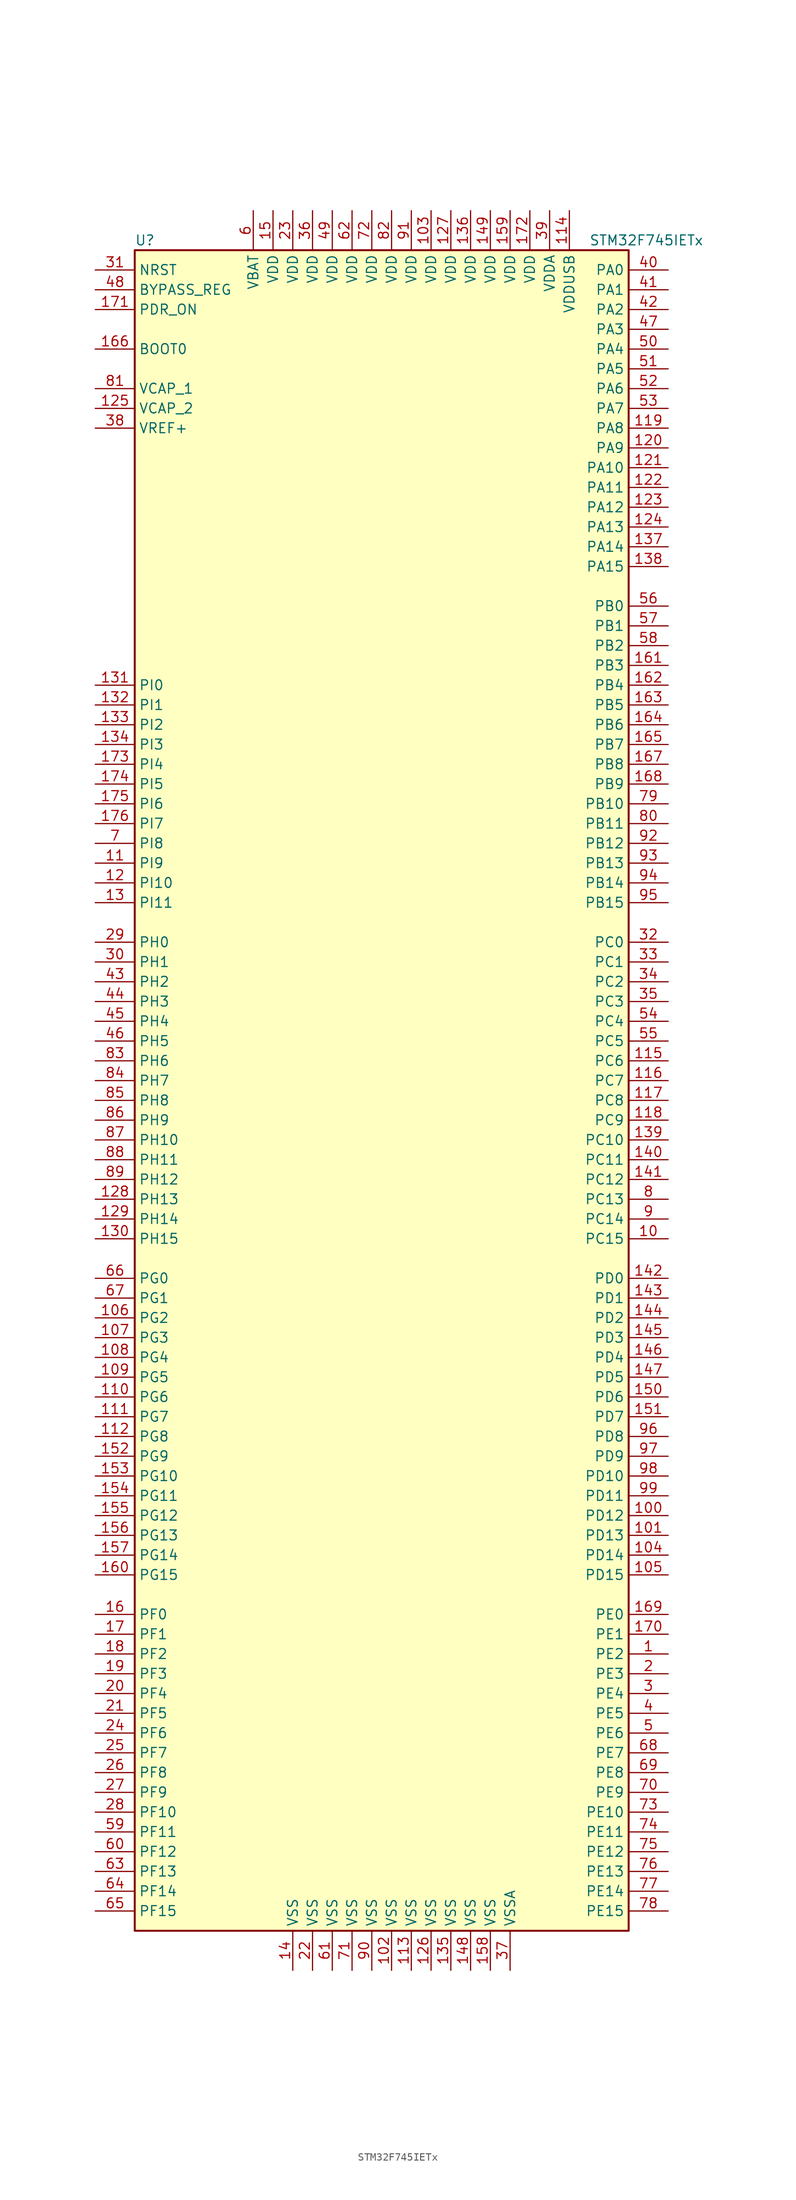
<source format=kicad_sym>
(kicad_symbol_lib
  (version 20211014)
  (generator kicad_symbol_editor)
  (symbol "STM32F745IETx"
    (property "Reference" "U"
      (at -33.02 107.95 0)
      (effects (font (size 1.27 1.27)) (justify left)))
    (property "Value" "STM32F745IETx"
      (at 25.4 107.95 0)
      (effects (font (size 1.27 1.27)) (justify left)))
    (symbol "STM32F745IETx_0_1"
      (rectangle (start -33.02 -109.22) (end 30.48 106.68) (stroke (width 0.254) (type default) (color 0 0 0 0)) (fill (type background))))
    (symbol "STM32F745IETx_1_1"
      (pin bidirectional line (at 35.56 -73.66 180) (length 5.08) (name "PE2" (effects (font (size 1.27 1.27)))) (number "1" (effects (font (size 1.27 1.27)))))
      (pin bidirectional line (at 35.56 -20.32 180) (length 5.08) (name "PC15" (effects (font (size 1.27 1.27)))) (number "10" (effects (font (size 1.27 1.27)))))
      (pin bidirectional line (at 35.56 -55.88 180) (length 5.08) (name "PD12" (effects (font (size 1.27 1.27)))) (number "100" (effects (font (size 1.27 1.27)))))
      (pin bidirectional line (at 35.56 -58.42 180) (length 5.08) (name "PD13" (effects (font (size 1.27 1.27)))) (number "101" (effects (font (size 1.27 1.27)))))
      (pin power_in line (at 0 -114.3 90) (length 5.08) (name "VSS" (effects (font (size 1.27 1.27)))) (number "102" (effects (font (size 1.27 1.27)))))
      (pin power_in line (at 5.08 111.76 270) (length 5.08) (name "VDD" (effects (font (size 1.27 1.27)))) (number "103" (effects (font (size 1.27 1.27)))))
      (pin bidirectional line (at 35.56 -60.96 180) (length 5.08) (name "PD14" (effects (font (size 1.27 1.27)))) (number "104" (effects (font (size 1.27 1.27)))))
      (pin bidirectional line (at 35.56 -63.5 180) (length 5.08) (name "PD15" (effects (font (size 1.27 1.27)))) (number "105" (effects (font (size 1.27 1.27)))))
      (pin bidirectional line (at -38.1 -30.48 0) (length 5.08) (name "PG2" (effects (font (size 1.27 1.27)))) (number "106" (effects (font (size 1.27 1.27)))))
      (pin bidirectional line (at -38.1 -33.02 0) (length 5.08) (name "PG3" (effects (font (size 1.27 1.27)))) (number "107" (effects (font (size 1.27 1.27)))))
      (pin bidirectional line (at -38.1 -35.56 0) (length 5.08) (name "PG4" (effects (font (size 1.27 1.27)))) (number "108" (effects (font (size 1.27 1.27)))))
      (pin bidirectional line (at -38.1 -38.1 0) (length 5.08) (name "PG5" (effects (font (size 1.27 1.27)))) (number "109" (effects (font (size 1.27 1.27)))))
      (pin bidirectional line (at -38.1 27.94 0) (length 5.08) (name "PI9" (effects (font (size 1.27 1.27)))) (number "11" (effects (font (size 1.27 1.27)))))
      (pin bidirectional line (at -38.1 -40.64 0) (length 5.08) (name "PG6" (effects (font (size 1.27 1.27)))) (number "110" (effects (font (size 1.27 1.27)))))
      (pin bidirectional line (at -38.1 -43.18 0) (length 5.08) (name "PG7" (effects (font (size 1.27 1.27)))) (number "111" (effects (font (size 1.27 1.27)))))
      (pin bidirectional line (at -38.1 -45.72 0) (length 5.08) (name "PG8" (effects (font (size 1.27 1.27)))) (number "112" (effects (font (size 1.27 1.27)))))
      (pin power_in line (at 2.54 -114.3 90) (length 5.08) (name "VSS" (effects (font (size 1.27 1.27)))) (number "113" (effects (font (size 1.27 1.27)))))
      (pin power_in line (at 22.86 111.76 270) (length 5.08) (name "VDDUSB" (effects (font (size 1.27 1.27)))) (number "114" (effects (font (size 1.27 1.27)))))
      (pin bidirectional line (at 35.56 2.54 180) (length 5.08) (name "PC6" (effects (font (size 1.27 1.27)))) (number "115" (effects (font (size 1.27 1.27)))))
      (pin bidirectional line (at 35.56 0 180) (length 5.08) (name "PC7" (effects (font (size 1.27 1.27)))) (number "116" (effects (font (size 1.27 1.27)))))
      (pin bidirectional line (at 35.56 -2.54 180) (length 5.08) (name "PC8" (effects (font (size 1.27 1.27)))) (number "117" (effects (font (size 1.27 1.27)))))
      (pin bidirectional line (at 35.56 -5.08 180) (length 5.08) (name "PC9" (effects (font (size 1.27 1.27)))) (number "118" (effects (font (size 1.27 1.27)))))
      (pin bidirectional line (at 35.56 83.82 180) (length 5.08) (name "PA8" (effects (font (size 1.27 1.27)))) (number "119" (effects (font (size 1.27 1.27)))))
      (pin bidirectional line (at -38.1 25.4 0) (length 5.08) (name "PI10" (effects (font (size 1.27 1.27)))) (number "12" (effects (font (size 1.27 1.27)))))
      (pin bidirectional line (at 35.56 81.28 180) (length 5.08) (name "PA9" (effects (font (size 1.27 1.27)))) (number "120" (effects (font (size 1.27 1.27)))))
      (pin bidirectional line (at 35.56 78.74 180) (length 5.08) (name "PA10" (effects (font (size 1.27 1.27)))) (number "121" (effects (font (size 1.27 1.27)))))
      (pin bidirectional line (at 35.56 76.2 180) (length 5.08) (name "PA11" (effects (font (size 1.27 1.27)))) (number "122" (effects (font (size 1.27 1.27)))))
      (pin bidirectional line (at 35.56 73.66 180) (length 5.08) (name "PA12" (effects (font (size 1.27 1.27)))) (number "123" (effects (font (size 1.27 1.27)))))
      (pin bidirectional line (at 35.56 71.12 180) (length 5.08) (name "PA13" (effects (font (size 1.27 1.27)))) (number "124" (effects (font (size 1.27 1.27)))))
      (pin power_in line (at -38.1 86.36 0) (length 5.08) (name "VCAP_2" (effects (font (size 1.27 1.27)))) (number "125" (effects (font (size 1.27 1.27)))))
      (pin power_in line (at 5.08 -114.3 90) (length 5.08) (name "VSS" (effects (font (size 1.27 1.27)))) (number "126" (effects (font (size 1.27 1.27)))))
      (pin power_in line (at 7.62 111.76 270) (length 5.08) (name "VDD" (effects (font (size 1.27 1.27)))) (number "127" (effects (font (size 1.27 1.27)))))
      (pin bidirectional line (at -38.1 -15.24 0) (length 5.08) (name "PH13" (effects (font (size 1.27 1.27)))) (number "128" (effects (font (size 1.27 1.27)))))
      (pin bidirectional line (at -38.1 -17.78 0) (length 5.08) (name "PH14" (effects (font (size 1.27 1.27)))) (number "129" (effects (font (size 1.27 1.27)))))
      (pin bidirectional line (at -38.1 22.86 0) (length 5.08) (name "PI11" (effects (font (size 1.27 1.27)))) (number "13" (effects (font (size 1.27 1.27)))))
      (pin bidirectional line (at -38.1 -20.32 0) (length 5.08) (name "PH15" (effects (font (size 1.27 1.27)))) (number "130" (effects (font (size 1.27 1.27)))))
      (pin bidirectional line (at -38.1 50.8 0) (length 5.08) (name "PI0" (effects (font (size 1.27 1.27)))) (number "131" (effects (font (size 1.27 1.27)))))
      (pin bidirectional line (at -38.1 48.26 0) (length 5.08) (name "PI1" (effects (font (size 1.27 1.27)))) (number "132" (effects (font (size 1.27 1.27)))))
      (pin bidirectional line (at -38.1 45.72 0) (length 5.08) (name "PI2" (effects (font (size 1.27 1.27)))) (number "133" (effects (font (size 1.27 1.27)))))
      (pin bidirectional line (at -38.1 43.18 0) (length 5.08) (name "PI3" (effects (font (size 1.27 1.27)))) (number "134" (effects (font (size 1.27 1.27)))))
      (pin power_in line (at 7.62 -114.3 90) (length 5.08) (name "VSS" (effects (font (size 1.27 1.27)))) (number "135" (effects (font (size 1.27 1.27)))))
      (pin power_in line (at 10.16 111.76 270) (length 5.08) (name "VDD" (effects (font (size 1.27 1.27)))) (number "136" (effects (font (size 1.27 1.27)))))
      (pin bidirectional line (at 35.56 68.58 180) (length 5.08) (name "PA14" (effects (font (size 1.27 1.27)))) (number "137" (effects (font (size 1.27 1.27)))))
      (pin bidirectional line (at 35.56 66.04 180) (length 5.08) (name "PA15" (effects (font (size 1.27 1.27)))) (number "138" (effects (font (size 1.27 1.27)))))
      (pin bidirectional line (at 35.56 -7.62 180) (length 5.08) (name "PC10" (effects (font (size 1.27 1.27)))) (number "139" (effects (font (size 1.27 1.27)))))
      (pin power_in line (at -12.7 -114.3 90) (length 5.08) (name "VSS" (effects (font (size 1.27 1.27)))) (number "14" (effects (font (size 1.27 1.27)))))
      (pin bidirectional line (at 35.56 -10.16 180) (length 5.08) (name "PC11" (effects (font (size 1.27 1.27)))) (number "140" (effects (font (size 1.27 1.27)))))
      (pin bidirectional line (at 35.56 -12.7 180) (length 5.08) (name "PC12" (effects (font (size 1.27 1.27)))) (number "141" (effects (font (size 1.27 1.27)))))
      (pin bidirectional line (at 35.56 -25.4 180) (length 5.08) (name "PD0" (effects (font (size 1.27 1.27)))) (number "142" (effects (font (size 1.27 1.27)))))
      (pin bidirectional line (at 35.56 -27.94 180) (length 5.08) (name "PD1" (effects (font (size 1.27 1.27)))) (number "143" (effects (font (size 1.27 1.27)))))
      (pin bidirectional line (at 35.56 -30.48 180) (length 5.08) (name "PD2" (effects (font (size 1.27 1.27)))) (number "144" (effects (font (size 1.27 1.27)))))
      (pin bidirectional line (at 35.56 -33.02 180) (length 5.08) (name "PD3" (effects (font (size 1.27 1.27)))) (number "145" (effects (font (size 1.27 1.27)))))
      (pin bidirectional line (at 35.56 -35.56 180) (length 5.08) (name "PD4" (effects (font (size 1.27 1.27)))) (number "146" (effects (font (size 1.27 1.27)))))
      (pin bidirectional line (at 35.56 -38.1 180) (length 5.08) (name "PD5" (effects (font (size 1.27 1.27)))) (number "147" (effects (font (size 1.27 1.27)))))
      (pin power_in line (at 10.16 -114.3 90) (length 5.08) (name "VSS" (effects (font (size 1.27 1.27)))) (number "148" (effects (font (size 1.27 1.27)))))
      (pin power_in line (at 12.7 111.76 270) (length 5.08) (name "VDD" (effects (font (size 1.27 1.27)))) (number "149" (effects (font (size 1.27 1.27)))))
      (pin power_in line (at -15.24 111.76 270) (length 5.08) (name "VDD" (effects (font (size 1.27 1.27)))) (number "15" (effects (font (size 1.27 1.27)))))
      (pin bidirectional line (at 35.56 -40.64 180) (length 5.08) (name "PD6" (effects (font (size 1.27 1.27)))) (number "150" (effects (font (size 1.27 1.27)))))
      (pin bidirectional line (at 35.56 -43.18 180) (length 5.08) (name "PD7" (effects (font (size 1.27 1.27)))) (number "151" (effects (font (size 1.27 1.27)))))
      (pin bidirectional line (at -38.1 -48.26 0) (length 5.08) (name "PG9" (effects (font (size 1.27 1.27)))) (number "152" (effects (font (size 1.27 1.27)))))
      (pin bidirectional line (at -38.1 -50.8 0) (length 5.08) (name "PG10" (effects (font (size 1.27 1.27)))) (number "153" (effects (font (size 1.27 1.27)))))
      (pin bidirectional line (at -38.1 -53.34 0) (length 5.08) (name "PG11" (effects (font (size 1.27 1.27)))) (number "154" (effects (font (size 1.27 1.27)))))
      (pin bidirectional line (at -38.1 -55.88 0) (length 5.08) (name "PG12" (effects (font (size 1.27 1.27)))) (number "155" (effects (font (size 1.27 1.27)))))
      (pin bidirectional line (at -38.1 -58.42 0) (length 5.08) (name "PG13" (effects (font (size 1.27 1.27)))) (number "156" (effects (font (size 1.27 1.27)))))
      (pin bidirectional line (at -38.1 -60.96 0) (length 5.08) (name "PG14" (effects (font (size 1.27 1.27)))) (number "157" (effects (font (size 1.27 1.27)))))
      (pin power_in line (at 12.7 -114.3 90) (length 5.08) (name "VSS" (effects (font (size 1.27 1.27)))) (number "158" (effects (font (size 1.27 1.27)))))
      (pin power_in line (at 15.24 111.76 270) (length 5.08) (name "VDD" (effects (font (size 1.27 1.27)))) (number "159" (effects (font (size 1.27 1.27)))))
      (pin bidirectional line (at -38.1 -68.58 0) (length 5.08) (name "PF0" (effects (font (size 1.27 1.27)))) (number "16" (effects (font (size 1.27 1.27)))))
      (pin bidirectional line (at -38.1 -63.5 0) (length 5.08) (name "PG15" (effects (font (size 1.27 1.27)))) (number "160" (effects (font (size 1.27 1.27)))))
      (pin bidirectional line (at 35.56 53.34 180) (length 5.08) (name "PB3" (effects (font (size 1.27 1.27)))) (number "161" (effects (font (size 1.27 1.27)))))
      (pin bidirectional line (at 35.56 50.8 180) (length 5.08) (name "PB4" (effects (font (size 1.27 1.27)))) (number "162" (effects (font (size 1.27 1.27)))))
      (pin bidirectional line (at 35.56 48.26 180) (length 5.08) (name "PB5" (effects (font (size 1.27 1.27)))) (number "163" (effects (font (size 1.27 1.27)))))
      (pin bidirectional line (at 35.56 45.72 180) (length 5.08) (name "PB6" (effects (font (size 1.27 1.27)))) (number "164" (effects (font (size 1.27 1.27)))))
      (pin bidirectional line (at 35.56 43.18 180) (length 5.08) (name "PB7" (effects (font (size 1.27 1.27)))) (number "165" (effects (font (size 1.27 1.27)))))
      (pin input line (at -38.1 93.98 0) (length 5.08) (name "BOOT0" (effects (font (size 1.27 1.27)))) (number "166" (effects (font (size 1.27 1.27)))))
      (pin bidirectional line (at 35.56 40.64 180) (length 5.08) (name "PB8" (effects (font (size 1.27 1.27)))) (number "167" (effects (font (size 1.27 1.27)))))
      (pin bidirectional line (at 35.56 38.1 180) (length 5.08) (name "PB9" (effects (font (size 1.27 1.27)))) (number "168" (effects (font (size 1.27 1.27)))))
      (pin bidirectional line (at 35.56 -68.58 180) (length 5.08) (name "PE0" (effects (font (size 1.27 1.27)))) (number "169" (effects (font (size 1.27 1.27)))))
      (pin bidirectional line (at -38.1 -71.12 0) (length 5.08) (name "PF1" (effects (font (size 1.27 1.27)))) (number "17" (effects (font (size 1.27 1.27)))))
      (pin bidirectional line (at 35.56 -71.12 180) (length 5.08) (name "PE1" (effects (font (size 1.27 1.27)))) (number "170" (effects (font (size 1.27 1.27)))))
      (pin input line (at -38.1 99.06 0) (length 5.08) (name "PDR_ON" (effects (font (size 1.27 1.27)))) (number "171" (effects (font (size 1.27 1.27)))))
      (pin power_in line (at 17.78 111.76 270) (length 5.08) (name "VDD" (effects (font (size 1.27 1.27)))) (number "172" (effects (font (size 1.27 1.27)))))
      (pin bidirectional line (at -38.1 40.64 0) (length 5.08) (name "PI4" (effects (font (size 1.27 1.27)))) (number "173" (effects (font (size 1.27 1.27)))))
      (pin bidirectional line (at -38.1 38.1 0) (length 5.08) (name "PI5" (effects (font (size 1.27 1.27)))) (number "174" (effects (font (size 1.27 1.27)))))
      (pin bidirectional line (at -38.1 35.56 0) (length 5.08) (name "PI6" (effects (font (size 1.27 1.27)))) (number "175" (effects (font (size 1.27 1.27)))))
      (pin bidirectional line (at -38.1 33.02 0) (length 5.08) (name "PI7" (effects (font (size 1.27 1.27)))) (number "176" (effects (font (size 1.27 1.27)))))
      (pin bidirectional line (at -38.1 -73.66 0) (length 5.08) (name "PF2" (effects (font (size 1.27 1.27)))) (number "18" (effects (font (size 1.27 1.27)))))
      (pin bidirectional line (at -38.1 -76.2 0) (length 5.08) (name "PF3" (effects (font (size 1.27 1.27)))) (number "19" (effects (font (size 1.27 1.27)))))
      (pin bidirectional line (at 35.56 -76.2 180) (length 5.08) (name "PE3" (effects (font (size 1.27 1.27)))) (number "2" (effects (font (size 1.27 1.27)))))
      (pin bidirectional line (at -38.1 -78.74 0) (length 5.08) (name "PF4" (effects (font (size 1.27 1.27)))) (number "20" (effects (font (size 1.27 1.27)))))
      (pin bidirectional line (at -38.1 -81.28 0) (length 5.08) (name "PF5" (effects (font (size 1.27 1.27)))) (number "21" (effects (font (size 1.27 1.27)))))
      (pin power_in line (at -10.16 -114.3 90) (length 5.08) (name "VSS" (effects (font (size 1.27 1.27)))) (number "22" (effects (font (size 1.27 1.27)))))
      (pin power_in line (at -12.7 111.76 270) (length 5.08) (name "VDD" (effects (font (size 1.27 1.27)))) (number "23" (effects (font (size 1.27 1.27)))))
      (pin bidirectional line (at -38.1 -83.82 0) (length 5.08) (name "PF6" (effects (font (size 1.27 1.27)))) (number "24" (effects (font (size 1.27 1.27)))))
      (pin bidirectional line (at -38.1 -86.36 0) (length 5.08) (name "PF7" (effects (font (size 1.27 1.27)))) (number "25" (effects (font (size 1.27 1.27)))))
      (pin bidirectional line (at -38.1 -88.9 0) (length 5.08) (name "PF8" (effects (font (size 1.27 1.27)))) (number "26" (effects (font (size 1.27 1.27)))))
      (pin bidirectional line (at -38.1 -91.44 0) (length 5.08) (name "PF9" (effects (font (size 1.27 1.27)))) (number "27" (effects (font (size 1.27 1.27)))))
      (pin bidirectional line (at -38.1 -93.98 0) (length 5.08) (name "PF10" (effects (font (size 1.27 1.27)))) (number "28" (effects (font (size 1.27 1.27)))))
      (pin input line (at -38.1 17.78 0) (length 5.08) (name "PH0" (effects (font (size 1.27 1.27)))) (number "29" (effects (font (size 1.27 1.27)))))
      (pin bidirectional line (at 35.56 -78.74 180) (length 5.08) (name "PE4" (effects (font (size 1.27 1.27)))) (number "3" (effects (font (size 1.27 1.27)))))
      (pin input line (at -38.1 15.24 0) (length 5.08) (name "PH1" (effects (font (size 1.27 1.27)))) (number "30" (effects (font (size 1.27 1.27)))))
      (pin input line (at -38.1 104.14 0) (length 5.08) (name "NRST" (effects (font (size 1.27 1.27)))) (number "31" (effects (font (size 1.27 1.27)))))
      (pin bidirectional line (at 35.56 17.78 180) (length 5.08) (name "PC0" (effects (font (size 1.27 1.27)))) (number "32" (effects (font (size 1.27 1.27)))))
      (pin bidirectional line (at 35.56 15.24 180) (length 5.08) (name "PC1" (effects (font (size 1.27 1.27)))) (number "33" (effects (font (size 1.27 1.27)))))
      (pin bidirectional line (at 35.56 12.7 180) (length 5.08) (name "PC2" (effects (font (size 1.27 1.27)))) (number "34" (effects (font (size 1.27 1.27)))))
      (pin bidirectional line (at 35.56 10.16 180) (length 5.08) (name "PC3" (effects (font (size 1.27 1.27)))) (number "35" (effects (font (size 1.27 1.27)))))
      (pin power_in line (at -10.16 111.76 270) (length 5.08) (name "VDD" (effects (font (size 1.27 1.27)))) (number "36" (effects (font (size 1.27 1.27)))))
      (pin power_in line (at 15.24 -114.3 90) (length 5.08) (name "VSSA" (effects (font (size 1.27 1.27)))) (number "37" (effects (font (size 1.27 1.27)))))
      (pin power_in line (at -38.1 83.82 0) (length 5.08) (name "VREF+" (effects (font (size 1.27 1.27)))) (number "38" (effects (font (size 1.27 1.27)))))
      (pin power_in line (at 20.32 111.76 270) (length 5.08) (name "VDDA" (effects (font (size 1.27 1.27)))) (number "39" (effects (font (size 1.27 1.27)))))
      (pin bidirectional line (at 35.56 -81.28 180) (length 5.08) (name "PE5" (effects (font (size 1.27 1.27)))) (number "4" (effects (font (size 1.27 1.27)))))
      (pin bidirectional line (at 35.56 104.14 180) (length 5.08) (name "PA0" (effects (font (size 1.27 1.27)))) (number "40" (effects (font (size 1.27 1.27)))))
      (pin bidirectional line (at 35.56 101.6 180) (length 5.08) (name "PA1" (effects (font (size 1.27 1.27)))) (number "41" (effects (font (size 1.27 1.27)))))
      (pin bidirectional line (at 35.56 99.06 180) (length 5.08) (name "PA2" (effects (font (size 1.27 1.27)))) (number "42" (effects (font (size 1.27 1.27)))))
      (pin bidirectional line (at -38.1 12.7 0) (length 5.08) (name "PH2" (effects (font (size 1.27 1.27)))) (number "43" (effects (font (size 1.27 1.27)))))
      (pin bidirectional line (at -38.1 10.16 0) (length 5.08) (name "PH3" (effects (font (size 1.27 1.27)))) (number "44" (effects (font (size 1.27 1.27)))))
      (pin bidirectional line (at -38.1 7.62 0) (length 5.08) (name "PH4" (effects (font (size 1.27 1.27)))) (number "45" (effects (font (size 1.27 1.27)))))
      (pin bidirectional line (at -38.1 5.08 0) (length 5.08) (name "PH5" (effects (font (size 1.27 1.27)))) (number "46" (effects (font (size 1.27 1.27)))))
      (pin bidirectional line (at 35.56 96.52 180) (length 5.08) (name "PA3" (effects (font (size 1.27 1.27)))) (number "47" (effects (font (size 1.27 1.27)))))
      (pin input line (at -38.1 101.6 0) (length 5.08) (name "BYPASS_REG" (effects (font (size 1.27 1.27)))) (number "48" (effects (font (size 1.27 1.27)))))
      (pin power_in line (at -7.62 111.76 270) (length 5.08) (name "VDD" (effects (font (size 1.27 1.27)))) (number "49" (effects (font (size 1.27 1.27)))))
      (pin bidirectional line (at 35.56 -83.82 180) (length 5.08) (name "PE6" (effects (font (size 1.27 1.27)))) (number "5" (effects (font (size 1.27 1.27)))))
      (pin bidirectional line (at 35.56 93.98 180) (length 5.08) (name "PA4" (effects (font (size 1.27 1.27)))) (number "50" (effects (font (size 1.27 1.27)))))
      (pin bidirectional line (at 35.56 91.44 180) (length 5.08) (name "PA5" (effects (font (size 1.27 1.27)))) (number "51" (effects (font (size 1.27 1.27)))))
      (pin bidirectional line (at 35.56 88.9 180) (length 5.08) (name "PA6" (effects (font (size 1.27 1.27)))) (number "52" (effects (font (size 1.27 1.27)))))
      (pin bidirectional line (at 35.56 86.36 180) (length 5.08) (name "PA7" (effects (font (size 1.27 1.27)))) (number "53" (effects (font (size 1.27 1.27)))))
      (pin bidirectional line (at 35.56 7.62 180) (length 5.08) (name "PC4" (effects (font (size 1.27 1.27)))) (number "54" (effects (font (size 1.27 1.27)))))
      (pin bidirectional line (at 35.56 5.08 180) (length 5.08) (name "PC5" (effects (font (size 1.27 1.27)))) (number "55" (effects (font (size 1.27 1.27)))))
      (pin bidirectional line (at 35.56 60.96 180) (length 5.08) (name "PB0" (effects (font (size 1.27 1.27)))) (number "56" (effects (font (size 1.27 1.27)))))
      (pin bidirectional line (at 35.56 58.42 180) (length 5.08) (name "PB1" (effects (font (size 1.27 1.27)))) (number "57" (effects (font (size 1.27 1.27)))))
      (pin bidirectional line (at 35.56 55.88 180) (length 5.08) (name "PB2" (effects (font (size 1.27 1.27)))) (number "58" (effects (font (size 1.27 1.27)))))
      (pin bidirectional line (at -38.1 -96.52 0) (length 5.08) (name "PF11" (effects (font (size 1.27 1.27)))) (number "59" (effects (font (size 1.27 1.27)))))
      (pin power_in line (at -17.78 111.76 270) (length 5.08) (name "VBAT" (effects (font (size 1.27 1.27)))) (number "6" (effects (font (size 1.27 1.27)))))
      (pin bidirectional line (at -38.1 -99.06 0) (length 5.08) (name "PF12" (effects (font (size 1.27 1.27)))) (number "60" (effects (font (size 1.27 1.27)))))
      (pin power_in line (at -7.62 -114.3 90) (length 5.08) (name "VSS" (effects (font (size 1.27 1.27)))) (number "61" (effects (font (size 1.27 1.27)))))
      (pin power_in line (at -5.08 111.76 270) (length 5.08) (name "VDD" (effects (font (size 1.27 1.27)))) (number "62" (effects (font (size 1.27 1.27)))))
      (pin bidirectional line (at -38.1 -101.6 0) (length 5.08) (name "PF13" (effects (font (size 1.27 1.27)))) (number "63" (effects (font (size 1.27 1.27)))))
      (pin bidirectional line (at -38.1 -104.14 0) (length 5.08) (name "PF14" (effects (font (size 1.27 1.27)))) (number "64" (effects (font (size 1.27 1.27)))))
      (pin bidirectional line (at -38.1 -106.68 0) (length 5.08) (name "PF15" (effects (font (size 1.27 1.27)))) (number "65" (effects (font (size 1.27 1.27)))))
      (pin bidirectional line (at -38.1 -25.4 0) (length 5.08) (name "PG0" (effects (font (size 1.27 1.27)))) (number "66" (effects (font (size 1.27 1.27)))))
      (pin bidirectional line (at -38.1 -27.94 0) (length 5.08) (name "PG1" (effects (font (size 1.27 1.27)))) (number "67" (effects (font (size 1.27 1.27)))))
      (pin bidirectional line (at 35.56 -86.36 180) (length 5.08) (name "PE7" (effects (font (size 1.27 1.27)))) (number "68" (effects (font (size 1.27 1.27)))))
      (pin bidirectional line (at 35.56 -88.9 180) (length 5.08) (name "PE8" (effects (font (size 1.27 1.27)))) (number "69" (effects (font (size 1.27 1.27)))))
      (pin bidirectional line (at -38.1 30.48 0) (length 5.08) (name "PI8" (effects (font (size 1.27 1.27)))) (number "7" (effects (font (size 1.27 1.27)))))
      (pin bidirectional line (at 35.56 -91.44 180) (length 5.08) (name "PE9" (effects (font (size 1.27 1.27)))) (number "70" (effects (font (size 1.27 1.27)))))
      (pin power_in line (at -5.08 -114.3 90) (length 5.08) (name "VSS" (effects (font (size 1.27 1.27)))) (number "71" (effects (font (size 1.27 1.27)))))
      (pin power_in line (at -2.54 111.76 270) (length 5.08) (name "VDD" (effects (font (size 1.27 1.27)))) (number "72" (effects (font (size 1.27 1.27)))))
      (pin bidirectional line (at 35.56 -93.98 180) (length 5.08) (name "PE10" (effects (font (size 1.27 1.27)))) (number "73" (effects (font (size 1.27 1.27)))))
      (pin bidirectional line (at 35.56 -96.52 180) (length 5.08) (name "PE11" (effects (font (size 1.27 1.27)))) (number "74" (effects (font (size 1.27 1.27)))))
      (pin bidirectional line (at 35.56 -99.06 180) (length 5.08) (name "PE12" (effects (font (size 1.27 1.27)))) (number "75" (effects (font (size 1.27 1.27)))))
      (pin bidirectional line (at 35.56 -101.6 180) (length 5.08) (name "PE13" (effects (font (size 1.27 1.27)))) (number "76" (effects (font (size 1.27 1.27)))))
      (pin bidirectional line (at 35.56 -104.14 180) (length 5.08) (name "PE14" (effects (font (size 1.27 1.27)))) (number "77" (effects (font (size 1.27 1.27)))))
      (pin bidirectional line (at 35.56 -106.68 180) (length 5.08) (name "PE15" (effects (font (size 1.27 1.27)))) (number "78" (effects (font (size 1.27 1.27)))))
      (pin bidirectional line (at 35.56 35.56 180) (length 5.08) (name "PB10" (effects (font (size 1.27 1.27)))) (number "79" (effects (font (size 1.27 1.27)))))
      (pin bidirectional line (at 35.56 -15.24 180) (length 5.08) (name "PC13" (effects (font (size 1.27 1.27)))) (number "8" (effects (font (size 1.27 1.27)))))
      (pin bidirectional line (at 35.56 33.02 180) (length 5.08) (name "PB11" (effects (font (size 1.27 1.27)))) (number "80" (effects (font (size 1.27 1.27)))))
      (pin power_in line (at -38.1 88.9 0) (length 5.08) (name "VCAP_1" (effects (font (size 1.27 1.27)))) (number "81" (effects (font (size 1.27 1.27)))))
      (pin power_in line (at 0 111.76 270) (length 5.08) (name "VDD" (effects (font (size 1.27 1.27)))) (number "82" (effects (font (size 1.27 1.27)))))
      (pin bidirectional line (at -38.1 2.54 0) (length 5.08) (name "PH6" (effects (font (size 1.27 1.27)))) (number "83" (effects (font (size 1.27 1.27)))))
      (pin bidirectional line (at -38.1 0 0) (length 5.08) (name "PH7" (effects (font (size 1.27 1.27)))) (number "84" (effects (font (size 1.27 1.27)))))
      (pin bidirectional line (at -38.1 -2.54 0) (length 5.08) (name "PH8" (effects (font (size 1.27 1.27)))) (number "85" (effects (font (size 1.27 1.27)))))
      (pin bidirectional line (at -38.1 -5.08 0) (length 5.08) (name "PH9" (effects (font (size 1.27 1.27)))) (number "86" (effects (font (size 1.27 1.27)))))
      (pin bidirectional line (at -38.1 -7.62 0) (length 5.08) (name "PH10" (effects (font (size 1.27 1.27)))) (number "87" (effects (font (size 1.27 1.27)))))
      (pin bidirectional line (at -38.1 -10.16 0) (length 5.08) (name "PH11" (effects (font (size 1.27 1.27)))) (number "88" (effects (font (size 1.27 1.27)))))
      (pin bidirectional line (at -38.1 -12.7 0) (length 5.08) (name "PH12" (effects (font (size 1.27 1.27)))) (number "89" (effects (font (size 1.27 1.27)))))
      (pin bidirectional line (at 35.56 -17.78 180) (length 5.08) (name "PC14" (effects (font (size 1.27 1.27)))) (number "9" (effects (font (size 1.27 1.27)))))
      (pin power_in line (at -2.54 -114.3 90) (length 5.08) (name "VSS" (effects (font (size 1.27 1.27)))) (number "90" (effects (font (size 1.27 1.27)))))
      (pin power_in line (at 2.54 111.76 270) (length 5.08) (name "VDD" (effects (font (size 1.27 1.27)))) (number "91" (effects (font (size 1.27 1.27)))))
      (pin bidirectional line (at 35.56 30.48 180) (length 5.08) (name "PB12" (effects (font (size 1.27 1.27)))) (number "92" (effects (font (size 1.27 1.27)))))
      (pin bidirectional line (at 35.56 27.94 180) (length 5.08) (name "PB13" (effects (font (size 1.27 1.27)))) (number "93" (effects (font (size 1.27 1.27)))))
      (pin bidirectional line (at 35.56 25.4 180) (length 5.08) (name "PB14" (effects (font (size 1.27 1.27)))) (number "94" (effects (font (size 1.27 1.27)))))
      (pin bidirectional line (at 35.56 22.86 180) (length 5.08) (name "PB15" (effects (font (size 1.27 1.27)))) (number "95" (effects (font (size 1.27 1.27)))))
      (pin bidirectional line (at 35.56 -45.72 180) (length 5.08) (name "PD8" (effects (font (size 1.27 1.27)))) (number "96" (effects (font (size 1.27 1.27)))))
      (pin bidirectional line (at 35.56 -48.26 180) (length 5.08) (name "PD9" (effects (font (size 1.27 1.27)))) (number "97" (effects (font (size 1.27 1.27)))))
      (pin bidirectional line (at 35.56 -50.8 180) (length 5.08) (name "PD10" (effects (font (size 1.27 1.27)))) (number "98" (effects (font (size 1.27 1.27)))))
      (pin bidirectional line (at 35.56 -53.34 180) (length 5.08) (name "PD11" (effects (font (size 1.27 1.27)))) (number "99" (effects (font (size 1.27 1.27))))))))
</source>
